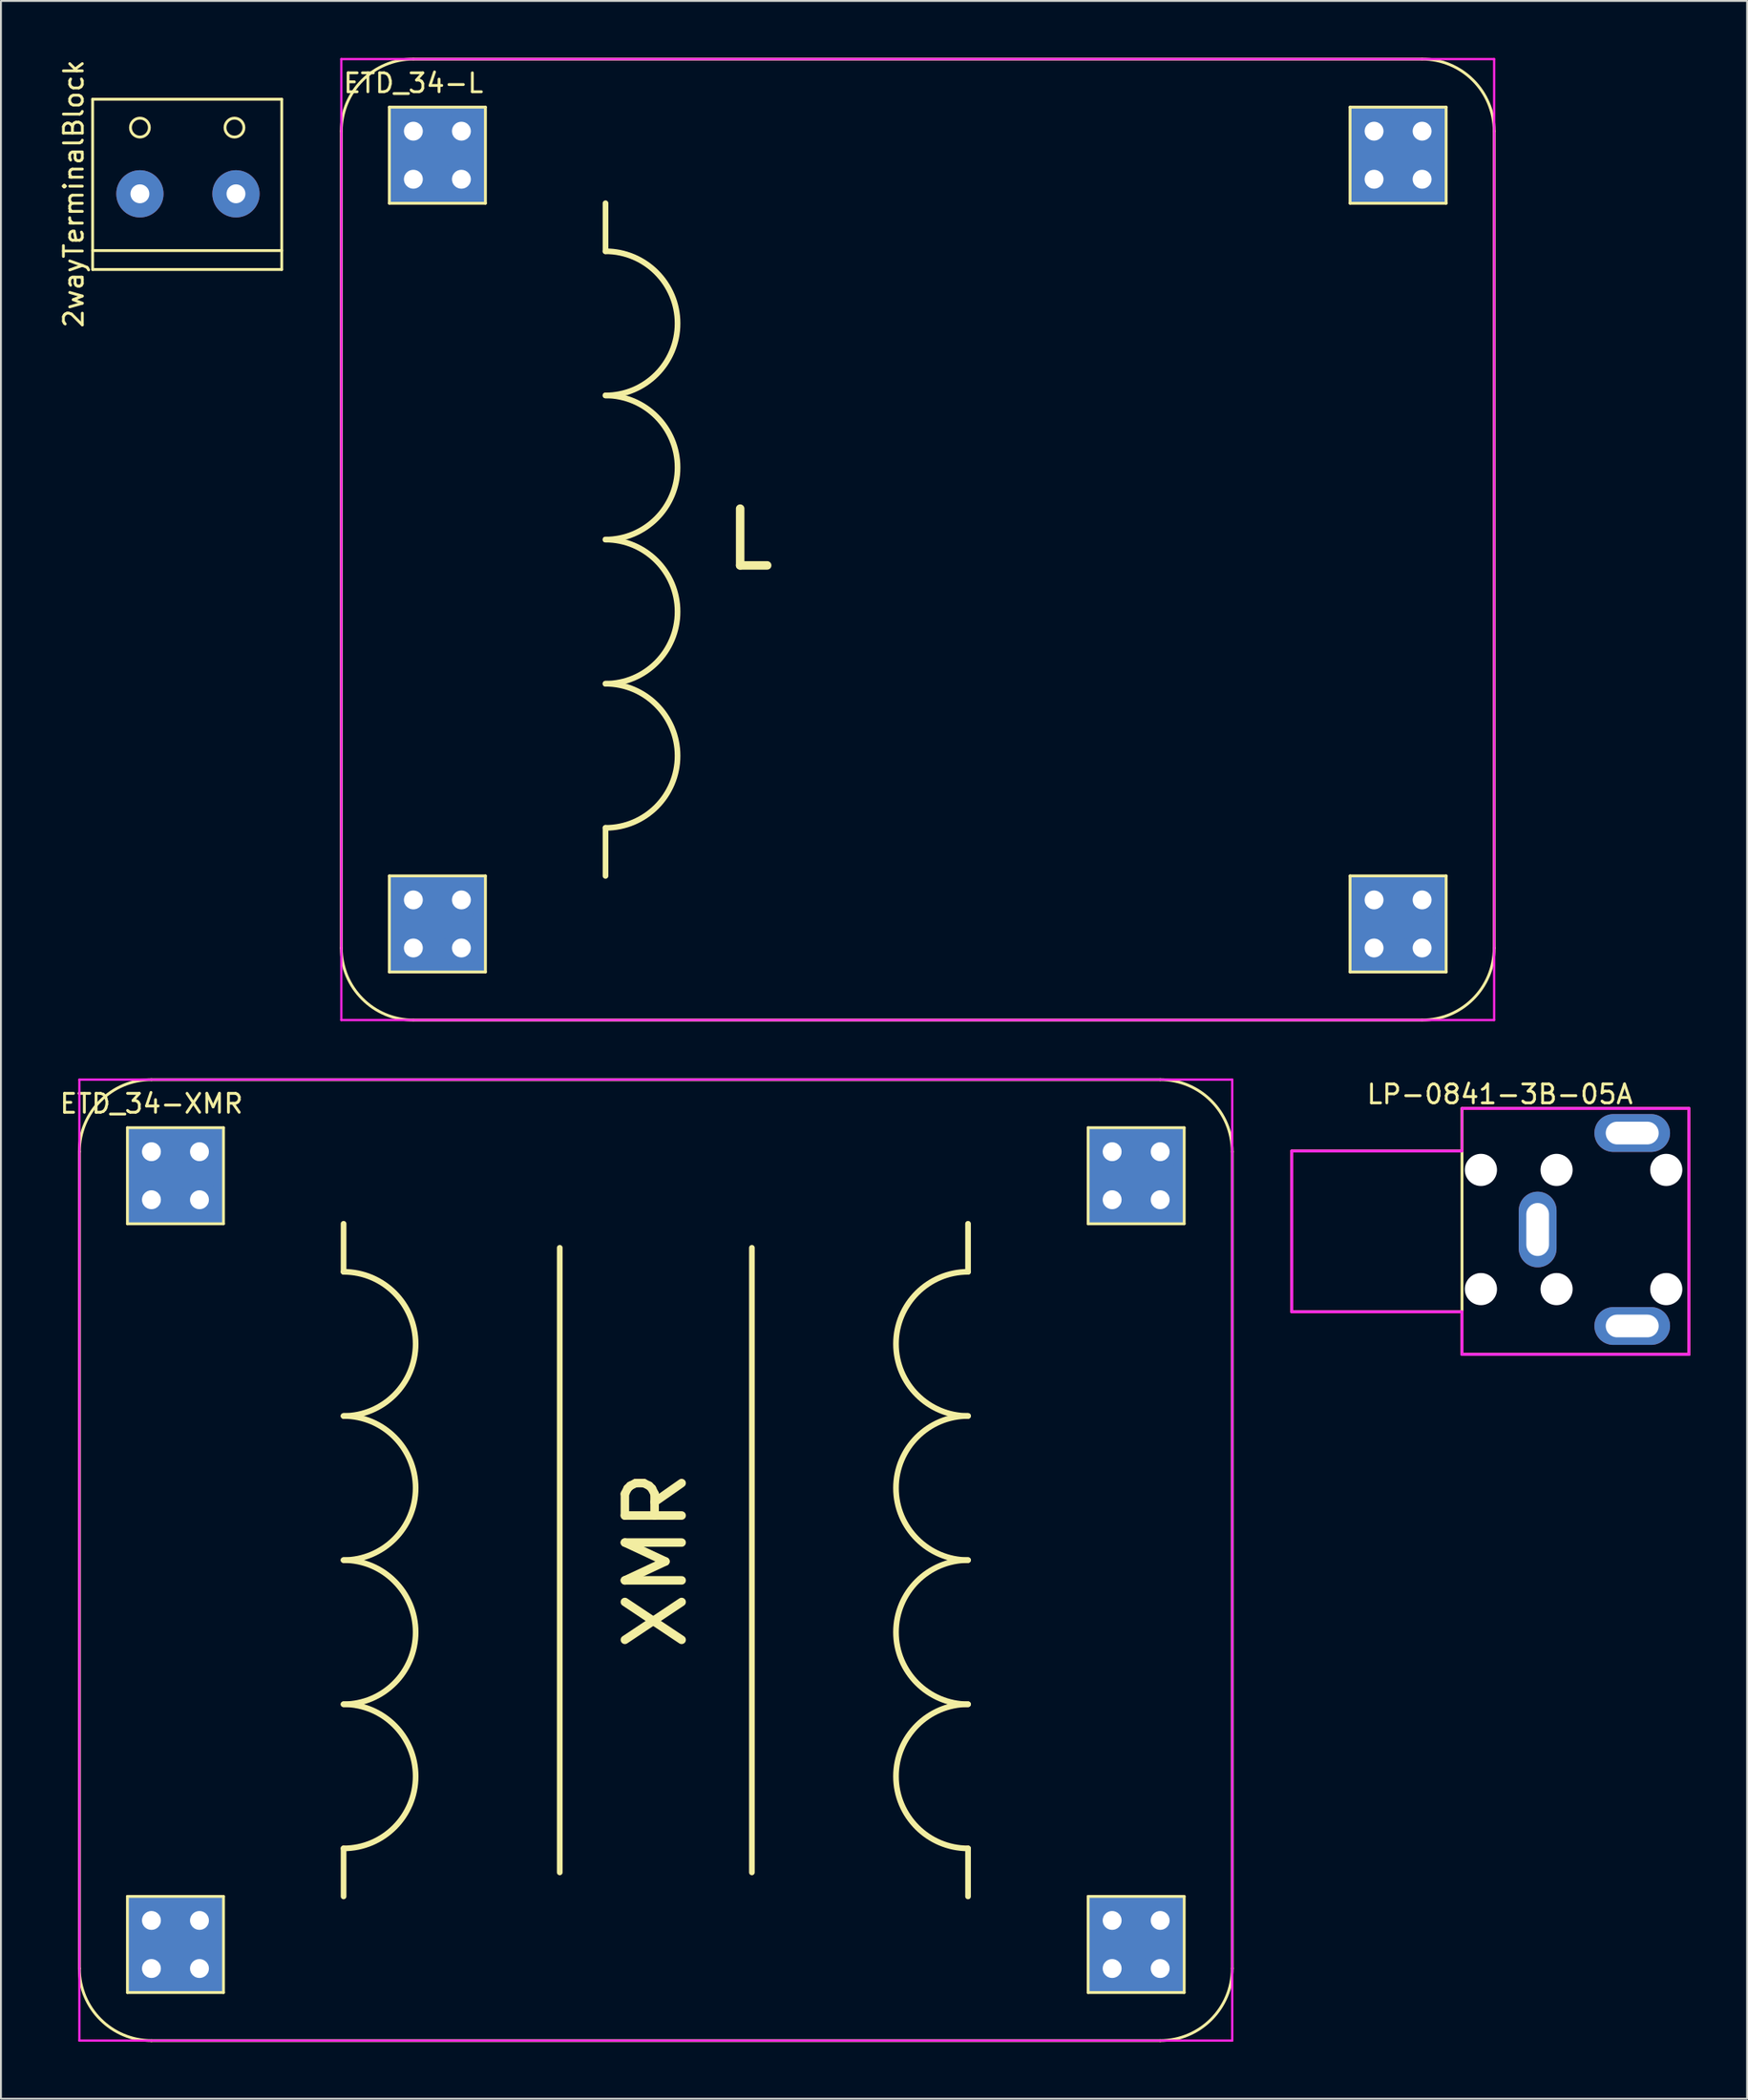
<source format=kicad_pcb>
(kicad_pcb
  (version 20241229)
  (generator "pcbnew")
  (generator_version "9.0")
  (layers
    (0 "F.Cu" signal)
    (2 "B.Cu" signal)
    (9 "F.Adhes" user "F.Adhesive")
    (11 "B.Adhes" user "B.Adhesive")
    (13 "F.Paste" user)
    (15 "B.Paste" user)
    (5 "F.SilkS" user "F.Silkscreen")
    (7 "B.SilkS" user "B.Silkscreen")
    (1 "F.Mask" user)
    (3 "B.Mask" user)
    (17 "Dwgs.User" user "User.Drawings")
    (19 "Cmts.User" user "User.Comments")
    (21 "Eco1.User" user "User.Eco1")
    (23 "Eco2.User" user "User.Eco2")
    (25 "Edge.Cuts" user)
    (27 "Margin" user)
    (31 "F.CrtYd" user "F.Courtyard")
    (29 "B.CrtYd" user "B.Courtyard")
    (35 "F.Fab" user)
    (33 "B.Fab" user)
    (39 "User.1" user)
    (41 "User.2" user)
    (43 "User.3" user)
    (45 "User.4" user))
  (footprint "LP-0841-3B-05A"
    (layer "F.Cu")
    (at 74.258 58.798)
    (property "Reference" "LP-0841-3B-05A" (at 2 -4 0) (layer "F.SilkS") (effects (font (size 1 1) (thickness 0.15))))
    (attr through_hole)
    (fp_line (start -9 -1) (end -9 7.5) (stroke (width 0.15) (type solid)) (layer "F.SilkS"))
    (fp_line (start -9 7.5) (end 0 7.5) (stroke (width 0.15) (type solid)) (layer "F.SilkS"))
    (fp_line (start 0 -3.25) (end 0 9.75) (stroke (width 0.15) (type solid)) (layer "F.SilkS"))
    (fp_line (start 0 -1) (end -9 -1) (stroke (width 0.15) (type solid)) (layer "F.SilkS"))
    (fp_line (start 0 9.75) (end 12 9.75) (stroke (width 0.15) (type solid)) (layer "F.SilkS"))
    (fp_line (start 12 -3.25) (end 0 -3.25) (stroke (width 0.15) (type solid)) (layer "F.SilkS"))
    (fp_line (start 12 9.75) (end 12 -3.25) (stroke (width 0.15) (type solid)) (layer "F.SilkS"))
    (fp_line (start -9 -1) (end -9 7.5) (stroke (width 0.15) (type solid)) (layer "F.CrtYd"))
    (fp_line (start -9 7.5) (end 0 7.5) (stroke (width 0.15) (type solid)) (layer "F.CrtYd"))
    (fp_line (start 0 -1) (end -9 -1) (stroke (width 0.15) (type solid)) (layer "F.CrtYd"))
    (fp_line (start 0 -1) (end 0 -3.25) (stroke (width 0.12) (type solid)) (layer "F.CrtYd"))
    (fp_line (start 0 7.5) (end 0 9.75) (stroke (width 0.15) (type solid)) (layer "F.CrtYd"))
    (fp_line (start 0 9.75) (end 12 9.75) (stroke (width 0.15) (type solid)) (layer "F.CrtYd"))
    (fp_line (start 12 -3.25) (end 0 -3.25) (stroke (width 0.15) (type solid)) (layer "F.CrtYd"))
    (fp_line (start 12 9.75) (end 12 -3.25) (stroke (width 0.15) (type solid)) (layer "F.CrtYd"))
    (pad "" np_thru_hole circle (at 1 0) (size 1.7 1.7) (drill 1.7) (layers "*.Cu" "*.Mask"))
    (pad "" np_thru_hole circle (at 1 6.3) (size 1.7 1.7) (drill 1.7) (layers "*.Cu" "*.Mask"))
    (pad "" np_thru_hole circle (at 5 0) (size 1.7 1.7) (drill 1.7) (layers "*.Cu" "*.Mask"))
    (pad "" np_thru_hole circle (at 5 6.3) (size 1.7 1.7) (drill 1.7) (layers "*.Cu" "*.Mask"))
    (pad "" thru_hole oval (at 9 8.25) (size 4 2) (drill oval 2.8 1.2) (layers "*.Cu" "*.Mask"))
    (pad "" np_thru_hole circle (at 10.8 0) (size 1.7 1.7) (drill 1.7) (layers "*.Cu" "*.Mask"))
    (pad "" np_thru_hole circle (at 10.8 6.3) (size 1.7 1.7) (drill 1.7) (layers "*.Cu" "*.Mask"))
    (pad "1" thru_hole oval (at 4 3.15 90) (size 4 2) (drill oval 2.8 1.2) (layers "*.Cu" "*.Mask"))
    (pad "2" thru_hole oval (at 9 -1.95) (size 4 2) (drill oval 2.8 1.2) (layers "*.Cu" "*.Mask")))
  (footprint "ETD_34-XMR"
    (layer "F.Cu")
    (at 4.958 57.835)
    (property "Reference" "ETD_34-XMR" (at 0 -2.54 0) (layer "F.SilkS") (effects (font (size 1 1) (thickness 0.15))))
    (attr through_hole)
    (fp_line (start -3.81 0) (end -3.81 43.18) (stroke (width 0.15) (type solid)) (layer "F.SilkS"))
    (fp_line (start -1.27 -1.27) (end 3.81 -1.27) (stroke (width 0.15) (type solid)) (layer "F.SilkS"))
    (fp_line (start -1.27 3.81) (end -1.27 -1.27) (stroke (width 0.15) (type solid)) (layer "F.SilkS"))
    (fp_line (start -1.27 39.37) (end 3.81 39.37) (stroke (width 0.15) (type solid)) (layer "F.SilkS"))
    (fp_line (start -1.27 44.45) (end -1.27 39.37) (stroke (width 0.15) (type solid)) (layer "F.SilkS"))
    (fp_line (start 0 46.99) (end 53.34 46.99) (stroke (width 0.15) (type solid)) (layer "F.SilkS"))
    (fp_line (start 3.81 -1.27) (end 3.81 3.81) (stroke (width 0.15) (type solid)) (layer "F.SilkS"))
    (fp_line (start 3.81 3.81) (end -1.27 3.81) (stroke (width 0.15) (type solid)) (layer "F.SilkS"))
    (fp_line (start 3.81 39.37) (end 3.81 44.45) (stroke (width 0.15) (type solid)) (layer "F.SilkS"))
    (fp_line (start 3.81 44.45) (end -1.27 44.45) (stroke (width 0.15) (type solid)) (layer "F.SilkS"))
    (fp_line (start 10.16 6.35) (end 10.16 3.81) (stroke (width 0.3) (type solid)) (layer "F.SilkS"))
    (fp_line (start 10.16 36.83) (end 10.16 39.37) (stroke (width 0.3) (type solid)) (layer "F.SilkS"))
    (fp_line (start 21.59 5.08) (end 21.59 38.1) (stroke (width 0.3) (type solid)) (layer "F.SilkS"))
    (fp_line (start 31.75 5.08) (end 31.75 38.1) (stroke (width 0.3) (type solid)) (layer "F.SilkS"))
    (fp_line (start 43.18 6.35) (end 43.18 3.81) (stroke (width 0.3) (type solid)) (layer "F.SilkS"))
    (fp_line (start 43.18 36.83) (end 43.18 39.37) (stroke (width 0.3) (type solid)) (layer "F.SilkS"))
    (fp_line (start 49.53 -1.27) (end 54.61 -1.27) (stroke (width 0.15) (type solid)) (layer "F.SilkS"))
    (fp_line (start 49.53 3.81) (end 49.53 -1.27) (stroke (width 0.15) (type solid)) (layer "F.SilkS"))
    (fp_line (start 49.53 39.37) (end 54.61 39.37) (stroke (width 0.15) (type solid)) (layer "F.SilkS"))
    (fp_line (start 49.53 44.45) (end 49.53 39.37) (stroke (width 0.15) (type solid)) (layer "F.SilkS"))
    (fp_line (start 53.34 -3.81) (end 0 -3.81) (stroke (width 0.15) (type solid)) (layer "F.SilkS"))
    (fp_line (start 54.61 -1.27) (end 54.61 3.81) (stroke (width 0.15) (type solid)) (layer "F.SilkS"))
    (fp_line (start 54.61 3.81) (end 49.53 3.81) (stroke (width 0.15) (type solid)) (layer "F.SilkS"))
    (fp_line (start 54.61 39.37) (end 54.61 44.45) (stroke (width 0.15) (type solid)) (layer "F.SilkS"))
    (fp_line (start 54.61 44.45) (end 49.53 44.45) (stroke (width 0.15) (type solid)) (layer "F.SilkS"))
    (fp_line (start 57.15 43.18) (end 57.15 0) (stroke (width 0.15) (type solid)) (layer "F.SilkS"))
    (fp_arc (start -3.81 0) (mid -2.694077 -2.694077) (end 0 -3.81) (stroke (width 0.15) (type solid)) (layer "F.SilkS"))
    (fp_arc (start 0 46.99) (mid -2.694077 45.874077) (end -3.81 43.18) (stroke (width 0.15) (type solid)) (layer "F.SilkS"))
    (fp_arc (start 10.16 6.35) (mid 13.97 10.16) (end 10.16 13.97) (stroke (width 0.3) (type solid)) (layer "F.SilkS"))
    (fp_arc (start 10.16 13.97) (mid 13.97 17.78) (end 10.16 21.59) (stroke (width 0.3) (type solid)) (layer "F.SilkS"))
    (fp_arc (start 10.16 21.59) (mid 13.97 25.4) (end 10.16 29.21) (stroke (width 0.3) (type solid)) (layer "F.SilkS"))
    (fp_arc (start 10.16 29.21) (mid 13.97 33.02) (end 10.16 36.83) (stroke (width 0.3) (type solid)) (layer "F.SilkS"))
    (fp_arc (start 43.18 13.97) (mid 39.37 10.16) (end 43.18 6.35) (stroke (width 0.3) (type solid)) (layer "F.SilkS"))
    (fp_arc (start 43.18 21.59) (mid 39.37 17.78) (end 43.18 13.97) (stroke (width 0.3) (type solid)) (layer "F.SilkS"))
    (fp_arc (start 43.18 29.21) (mid 39.37 25.4) (end 43.18 21.59) (stroke (width 0.3) (type solid)) (layer "F.SilkS"))
    (fp_arc (start 43.18 36.83) (mid 39.37 33.02) (end 43.18 29.21) (stroke (width 0.3) (type solid)) (layer "F.SilkS"))
    (fp_arc (start 53.34 -3.81) (mid 56.034077 -2.694077) (end 57.15 0) (stroke (width 0.15) (type solid)) (layer "F.SilkS"))
    (fp_arc (start 57.15 43.18) (mid 56.034077 45.874077) (end 53.34 46.99) (stroke (width 0.15) (type solid)) (layer "F.SilkS"))
    (fp_line (start -3.81 -3.81) (end 57.15 -3.81) (stroke (width 0.12) (type solid)) (layer "F.CrtYd"))
    (fp_line (start -3.81 46.99) (end -3.81 -3.81) (stroke (width 0.12) (type solid)) (layer "F.CrtYd"))
    (fp_line (start 57.15 -3.81) (end 57.15 46.99) (stroke (width 0.12) (type solid)) (layer "F.CrtYd"))
    (fp_line (start 57.15 46.99) (end -3.81 46.99) (stroke (width 0.12) (type solid)) (layer "F.CrtYd"))
    (fp_text user "XMR" (at 26.67 21.59 90) (layer "F.SilkS") (effects (font (size 3 3) (thickness 0.45))))
    (pad "1" thru_hole circle (at 0 0) (size 2 2) (drill 1) (layers "*.Cu" "*.Mask"))
    (pad "1" thru_hole circle (at 0 2.54) (size 2 2) (drill 1) (layers "*.Cu" "*.Mask"))
    (pad "1" smd rect (at 1.27 1.27) (size 5.08 5.08) (layers "F.Cu" "F.Mask" "F.Paste"))
    (pad "1" smd rect (at 1.27 1.27) (size 5.08 5.08) (layers "B.Cu" "B.Mask" "B.Paste"))
    (pad "1" thru_hole circle (at 2.54 0) (size 2 2) (drill 1) (layers "*.Cu" "*.Mask"))
    (pad "1" thru_hole circle (at 2.54 2.54) (size 2 2) (drill 1) (layers "*.Cu" "*.Mask"))
    (pad "2" thru_hole circle (at 0 40.64) (size 2 2) (drill 1) (layers "*.Cu" "*.Mask"))
    (pad "2" thru_hole circle (at 0 43.18) (size 2 2) (drill 1) (layers "*.Cu" "*.Mask"))
    (pad "2" smd rect (at 1.27 41.91) (size 5.08 5.08) (layers "F.Cu" "F.Mask" "F.Paste"))
    (pad "2" smd rect (at 1.27 41.91) (size 5.08 5.08) (layers "B.Cu" "B.Mask" "B.Paste"))
    (pad "2" thru_hole circle (at 2.54 40.64) (size 2 2) (drill 1) (layers "*.Cu" "*.Mask"))
    (pad "2" thru_hole circle (at 2.54 43.18) (size 2 2) (drill 1) (layers "*.Cu" "*.Mask"))
    (pad "3" thru_hole circle (at 50.8 0) (size 2 2) (drill 1) (layers "*.Cu" "*.Mask"))
    (pad "3" thru_hole circle (at 50.8 2.54) (size 2 2) (drill 1) (layers "*.Cu" "*.Mask"))
    (pad "3" smd rect (at 52.07 1.27) (size 5.08 5.08) (layers "F.Cu" "F.Mask" "F.Paste"))
    (pad "3" smd rect (at 52.07 1.27) (size 5.08 5.08) (layers "B.Cu" "B.Mask" "B.Paste"))
    (pad "3" thru_hole circle (at 53.34 0) (size 2 2) (drill 1) (layers "*.Cu" "*.Mask"))
    (pad "3" thru_hole circle (at 53.34 2.54) (size 2 2) (drill 1) (layers "*.Cu" "*.Mask"))
    (pad "4" thru_hole circle (at 50.8 40.64) (size 2 2) (drill 1) (layers "*.Cu" "*.Mask"))
    (pad "4" thru_hole circle (at 50.8 43.18) (size 2 2) (drill 1) (layers "*.Cu" "*.Mask"))
    (pad "4" smd rect (at 52.07 41.91) (size 5.08 5.08) (layers "F.Cu" "F.Mask" "F.Paste"))
    (pad "4" smd rect (at 52.07 41.91) (size 5.08 5.08) (layers "B.Cu" "B.Mask" "B.Paste"))
    (pad "4" thru_hole circle (at 53.34 40.64) (size 2 2) (drill 1) (layers "*.Cu" "*.Mask"))
    (pad "4" thru_hole circle (at 53.34 43.18) (size 2 2) (drill 1) (layers "*.Cu" "*.Mask")))
  (footprint "ETD_34-L"
    (layer "F.Cu")
    (at 18.808 3.885)
    (property "Reference" "ETD_34-L" (at 0 -2.54 0) (layer "F.SilkS") (effects (font (size 1 1) (thickness 0.15))))
    (attr through_hole)
    (fp_line (start -3.81 0) (end -3.81 43.18) (stroke (width 0.15) (type solid)) (layer "F.SilkS"))
    (fp_line (start -1.27 -1.27) (end 3.81 -1.27) (stroke (width 0.15) (type solid)) (layer "F.SilkS"))
    (fp_line (start -1.27 3.81) (end -1.27 -1.27) (stroke (width 0.15) (type solid)) (layer "F.SilkS"))
    (fp_line (start -1.27 39.37) (end 3.81 39.37) (stroke (width 0.15) (type solid)) (layer "F.SilkS"))
    (fp_line (start -1.27 44.45) (end -1.27 39.37) (stroke (width 0.15) (type solid)) (layer "F.SilkS"))
    (fp_line (start 0 46.99) (end 53.34 46.99) (stroke (width 0.15) (type solid)) (layer "F.SilkS"))
    (fp_line (start 3.81 -1.27) (end 3.81 3.81) (stroke (width 0.15) (type solid)) (layer "F.SilkS"))
    (fp_line (start 3.81 3.81) (end -1.27 3.81) (stroke (width 0.15) (type solid)) (layer "F.SilkS"))
    (fp_line (start 3.81 39.37) (end 3.81 44.45) (stroke (width 0.15) (type solid)) (layer "F.SilkS"))
    (fp_line (start 3.81 44.45) (end -1.27 44.45) (stroke (width 0.15) (type solid)) (layer "F.SilkS"))
    (fp_line (start 10.16 6.35) (end 10.16 3.81) (stroke (width 0.3) (type solid)) (layer "F.SilkS"))
    (fp_line (start 10.16 36.83) (end 10.16 39.37) (stroke (width 0.3) (type solid)) (layer "F.SilkS"))
    (fp_line (start 49.53 -1.27) (end 54.61 -1.27) (stroke (width 0.15) (type solid)) (layer "F.SilkS"))
    (fp_line (start 49.53 3.81) (end 49.53 -1.27) (stroke (width 0.15) (type solid)) (layer "F.SilkS"))
    (fp_line (start 49.53 39.37) (end 54.61 39.37) (stroke (width 0.15) (type solid)) (layer "F.SilkS"))
    (fp_line (start 49.53 44.45) (end 49.53 39.37) (stroke (width 0.15) (type solid)) (layer "F.SilkS"))
    (fp_line (start 53.34 -3.81) (end 0 -3.81) (stroke (width 0.15) (type solid)) (layer "F.SilkS"))
    (fp_line (start 54.61 -1.27) (end 54.61 3.81) (stroke (width 0.15) (type solid)) (layer "F.SilkS"))
    (fp_line (start 54.61 3.81) (end 49.53 3.81) (stroke (width 0.15) (type solid)) (layer "F.SilkS"))
    (fp_line (start 54.61 39.37) (end 54.61 44.45) (stroke (width 0.15) (type solid)) (layer "F.SilkS"))
    (fp_line (start 54.61 44.45) (end 49.53 44.45) (stroke (width 0.15) (type solid)) (layer "F.SilkS"))
    (fp_line (start 57.15 43.18) (end 57.15 0) (stroke (width 0.15) (type solid)) (layer "F.SilkS"))
    (fp_arc (start -3.81 0) (mid -2.694077 -2.694077) (end 0 -3.81) (stroke (width 0.15) (type solid)) (layer "F.SilkS"))
    (fp_arc (start 0 46.99) (mid -2.694077 45.874077) (end -3.81 43.18) (stroke (width 0.15) (type solid)) (layer "F.SilkS"))
    (fp_arc (start 10.16 6.35) (mid 13.97 10.16) (end 10.16 13.97) (stroke (width 0.3) (type solid)) (layer "F.SilkS"))
    (fp_arc (start 10.16 13.97) (mid 13.97 17.78) (end 10.16 21.59) (stroke (width 0.3) (type solid)) (layer "F.SilkS"))
    (fp_arc (start 10.16 21.59) (mid 13.97 25.4) (end 10.16 29.21) (stroke (width 0.3) (type solid)) (layer "F.SilkS"))
    (fp_arc (start 10.16 29.21) (mid 13.97 33.02) (end 10.16 36.83) (stroke (width 0.3) (type solid)) (layer "F.SilkS"))
    (fp_arc (start 53.34 -3.81) (mid 56.034077 -2.694077) (end 57.15 0) (stroke (width 0.15) (type solid)) (layer "F.SilkS"))
    (fp_arc (start 57.15 43.18) (mid 56.034077 45.874077) (end 53.34 46.99) (stroke (width 0.15) (type solid)) (layer "F.SilkS"))
    (fp_line (start -3.81 -3.81) (end 57.15 -3.81) (stroke (width 0.12) (type solid)) (layer "F.CrtYd"))
    (fp_line (start -3.81 46.99) (end -3.81 -3.81) (stroke (width 0.12) (type solid)) (layer "F.CrtYd"))
    (fp_line (start 57.15 -3.81) (end 57.15 46.99) (stroke (width 0.12) (type solid)) (layer "F.CrtYd"))
    (fp_line (start 57.15 46.99) (end -3.81 46.99) (stroke (width 0.12) (type solid)) (layer "F.CrtYd"))
    (fp_text user "L" (at 17.78 21.59 0) (layer "F.SilkS") (effects (font (size 3 3) (thickness 0.45))))
    (pad "" thru_hole circle (at 50.8 0) (size 2 2) (drill 1) (layers "*.Cu" "*.Mask"))
    (pad "" thru_hole circle (at 50.8 2.54) (size 2 2) (drill 1) (layers "*.Cu" "*.Mask"))
    (pad "" thru_hole circle (at 50.8 40.64) (size 2 2) (drill 1) (layers "*.Cu" "*.Mask"))
    (pad "" thru_hole circle (at 50.8 43.18) (size 2 2) (drill 1) (layers "*.Cu" "*.Mask"))
    (pad "" smd rect (at 52.07 1.27) (size 5.08 5.08) (layers "F.Cu" "F.Mask" "F.Paste"))
    (pad "" smd rect (at 52.07 1.27) (size 5.08 5.08) (layers "B.Cu" "B.Mask" "B.Paste"))
    (pad "" smd rect (at 52.07 41.91) (size 5.08 5.08) (layers "F.Cu" "F.Mask" "F.Paste"))
    (pad "" smd rect (at 52.07 41.91) (size 5.08 5.08) (layers "B.Cu" "B.Mask" "B.Paste"))
    (pad "" thru_hole circle (at 53.34 0) (size 2 2) (drill 1) (layers "*.Cu" "*.Mask"))
    (pad "" thru_hole circle (at 53.34 2.54) (size 2 2) (drill 1) (layers "*.Cu" "*.Mask"))
    (pad "" thru_hole circle (at 53.34 40.64) (size 2 2) (drill 1) (layers "*.Cu" "*.Mask"))
    (pad "" thru_hole circle (at 53.34 43.18) (size 2 2) (drill 1) (layers "*.Cu" "*.Mask"))
    (pad "1" thru_hole circle (at 0 0) (size 2 2) (drill 1) (layers "*.Cu" "*.Mask"))
    (pad "1" thru_hole circle (at 0 2.54) (size 2 2) (drill 1) (layers "*.Cu" "*.Mask"))
    (pad "1" smd rect (at 1.27 1.27) (size 5.08 5.08) (layers "F.Cu" "F.Mask" "F.Paste"))
    (pad "1" smd rect (at 1.27 1.27) (size 5.08 5.08) (layers "B.Cu" "B.Mask" "B.Paste"))
    (pad "1" thru_hole circle (at 2.54 0) (size 2 2) (drill 1) (layers "*.Cu" "*.Mask"))
    (pad "1" thru_hole circle (at 2.54 2.54) (size 2 2) (drill 1) (layers "*.Cu" "*.Mask"))
    (pad "2" thru_hole circle (at 0 40.64) (size 2 2) (drill 1) (layers "*.Cu" "*.Mask"))
    (pad "2" thru_hole circle (at 0 43.18) (size 2 2) (drill 1) (layers "*.Cu" "*.Mask"))
    (pad "2" smd rect (at 1.27 41.91) (size 5.08 5.08) (layers "F.Cu" "F.Mask" "F.Paste"))
    (pad "2" smd rect (at 1.27 41.91) (size 5.08 5.08) (layers "B.Cu" "B.Mask" "B.Paste"))
    (pad "2" thru_hole circle (at 2.54 40.64) (size 2 2) (drill 1) (layers "*.Cu" "*.Mask"))
    (pad "2" thru_hole circle (at 2.54 43.18) (size 2 2) (drill 1) (layers "*.Cu" "*.Mask")))
  (footprint "2wayTerminalBlock"
    (layer "F.Cu")
    (at 4.348 7.196)
    (property "Reference" "2wayTerminalBlock" (at -3.5 0 90) (layer "F.SilkS") (effects (font (size 1 1) (thickness 0.15))))
    (attr through_hole)
    (fp_line (start -2.5 -5) (end 7.5 -5) (stroke (width 0.15) (type solid)) (layer "F.SilkS"))
    (fp_line (start -2.5 3) (end 7.5 3) (stroke (width 0.15) (type solid)) (layer "F.SilkS"))
    (fp_line (start -2.5 4) (end -2.5 -5) (stroke (width 0.15) (type solid)) (layer "F.SilkS"))
    (fp_line (start 7.5 -5) (end 7.5 4) (stroke (width 0.15) (type solid)) (layer "F.SilkS"))
    (fp_line (start 7.5 4) (end -2.5 4) (stroke (width 0.15) (type solid)) (layer "F.SilkS"))
    (fp_circle (center 0 -3.5) (end 0 -4) (stroke (width 0.15) (type solid)) (fill no) (layer "F.SilkS"))
    (fp_circle (center 5 -3.5) (end 5 -4) (stroke (width 0.15) (type solid)) (fill no) (layer "F.SilkS"))
    (pad "1" thru_hole circle (at 0 0) (size 2.5 2.5) (drill 1) (layers "*.Cu" "*.Mask"))
    (pad "2" thru_hole circle (at 5.08 0) (size 2.5 2.5) (drill 1) (layers "*.Cu" "*.Mask")))
  (gr_rect
    (start -3 -3)
    (end 89.333 107.9)
    (stroke (width 0.1) (type default))
    (fill no)
    (layer "Edge.Cuts")))
</source>
